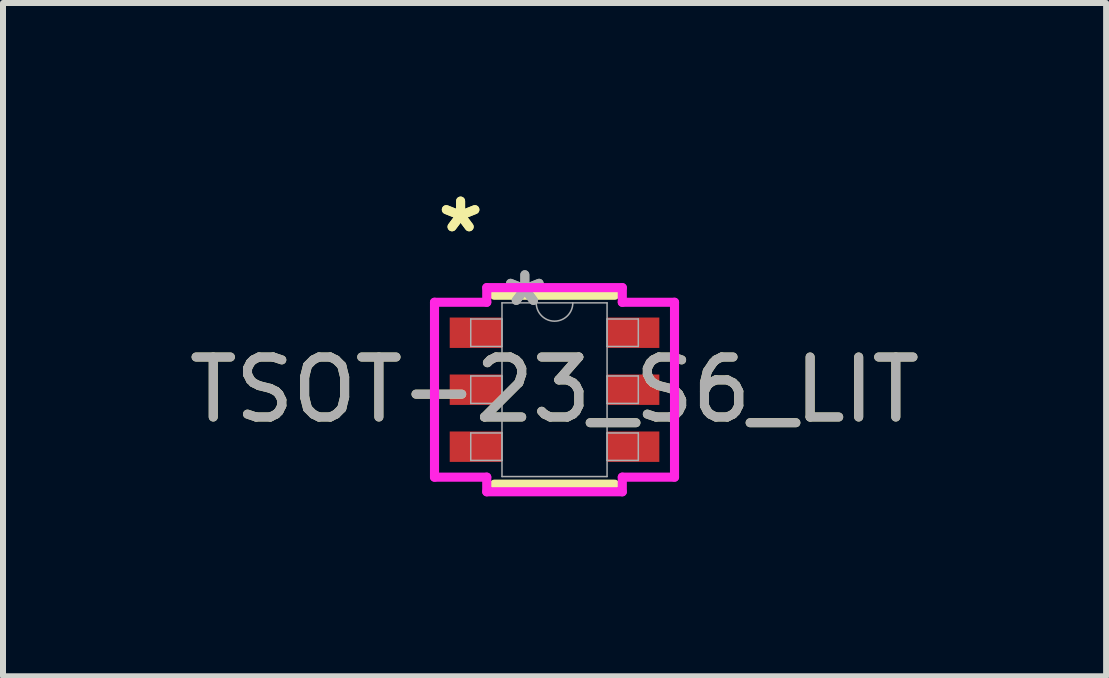
<source format=kicad_pcb>
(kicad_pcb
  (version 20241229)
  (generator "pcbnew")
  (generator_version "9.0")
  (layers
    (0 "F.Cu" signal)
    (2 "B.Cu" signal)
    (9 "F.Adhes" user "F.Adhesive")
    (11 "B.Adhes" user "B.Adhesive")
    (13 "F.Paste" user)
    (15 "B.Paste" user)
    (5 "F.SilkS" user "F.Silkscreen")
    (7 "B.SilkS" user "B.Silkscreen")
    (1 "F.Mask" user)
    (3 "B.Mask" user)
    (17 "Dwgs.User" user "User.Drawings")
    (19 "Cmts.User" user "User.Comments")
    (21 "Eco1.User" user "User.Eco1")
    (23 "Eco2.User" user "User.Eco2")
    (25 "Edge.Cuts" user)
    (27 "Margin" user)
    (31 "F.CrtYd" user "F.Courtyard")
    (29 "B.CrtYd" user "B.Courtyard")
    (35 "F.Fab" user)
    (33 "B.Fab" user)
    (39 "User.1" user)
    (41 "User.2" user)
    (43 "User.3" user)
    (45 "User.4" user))
  (footprint "TSOT-23_S6_LIT"
    (layer "F.Cu")
    (at 6.196 3.448)
    (property "Reference" "TSOT-23_S6_LIT" (at 0 0 0) (unlocked yes) (layer "F.SilkS") (effects (font (size 1 1) (thickness 0.15))))
    (attr smd)
    (fp_line (start -1.003 1.575) (end 1.003 1.575) (stroke (width 0.152) (type solid)) (layer "F.SilkS"))
    (fp_line (start 1.003 -1.575) (end -1.003 -1.575) (stroke (width 0.152) (type solid)) (layer "F.SilkS"))
    (fp_line (start -2.001 -1.458) (end -1.13 -1.458) (stroke (width 0.152) (type solid)) (layer "F.CrtYd"))
    (fp_line (start -2.001 1.458) (end -2.001 -1.458) (stroke (width 0.152) (type solid)) (layer "F.CrtYd"))
    (fp_line (start -2.001 1.458) (end -1.13 1.458) (stroke (width 0.152) (type solid)) (layer "F.CrtYd"))
    (fp_line (start -1.13 -1.702) (end 1.13 -1.702) (stroke (width 0.152) (type solid)) (layer "F.CrtYd"))
    (fp_line (start -1.13 -1.458) (end -1.13 -1.702) (stroke (width 0.152) (type solid)) (layer "F.CrtYd"))
    (fp_line (start -1.13 1.702) (end -1.13 1.458) (stroke (width 0.152) (type solid)) (layer "F.CrtYd"))
    (fp_line (start 1.13 -1.702) (end 1.13 -1.458) (stroke (width 0.152) (type solid)) (layer "F.CrtYd"))
    (fp_line (start 1.13 1.458) (end 1.13 1.702) (stroke (width 0.152) (type solid)) (layer "F.CrtYd"))
    (fp_line (start 1.13 1.702) (end -1.13 1.702) (stroke (width 0.152) (type solid)) (layer "F.CrtYd"))
    (fp_line (start 2.001 -1.458) (end 1.13 -1.458) (stroke (width 0.152) (type solid)) (layer "F.CrtYd"))
    (fp_line (start 2.001 -1.458) (end 2.001 1.458) (stroke (width 0.152) (type solid)) (layer "F.CrtYd"))
    (fp_line (start 2.001 1.458) (end 1.13 1.458) (stroke (width 0.152) (type solid)) (layer "F.CrtYd"))
    (fp_line (start -1.397 -1.179) (end -1.397 -0.721) (stroke (width 0.025) (type solid)) (layer "F.Fab"))
    (fp_line (start -1.397 -0.721) (end -0.876 -0.721) (stroke (width 0.025) (type solid)) (layer "F.Fab"))
    (fp_line (start -1.397 -0.229) (end -1.397 0.229) (stroke (width 0.025) (type solid)) (layer "F.Fab"))
    (fp_line (start -1.397 0.229) (end -0.876 0.229) (stroke (width 0.025) (type solid)) (layer "F.Fab"))
    (fp_line (start -1.397 0.721) (end -1.397 1.179) (stroke (width 0.025) (type solid)) (layer "F.Fab"))
    (fp_line (start -1.397 1.179) (end -0.876 1.179) (stroke (width 0.025) (type solid)) (layer "F.Fab"))
    (fp_line (start -0.876 -1.448) (end -0.876 1.448) (stroke (width 0.025) (type solid)) (layer "F.Fab"))
    (fp_line (start -0.876 -1.179) (end -1.397 -1.179) (stroke (width 0.025) (type solid)) (layer "F.Fab"))
    (fp_line (start -0.876 -0.721) (end -0.876 -1.179) (stroke (width 0.025) (type solid)) (layer "F.Fab"))
    (fp_line (start -0.876 -0.229) (end -1.397 -0.229) (stroke (width 0.025) (type solid)) (layer "F.Fab"))
    (fp_line (start -0.876 0.229) (end -0.876 -0.229) (stroke (width 0.025) (type solid)) (layer "F.Fab"))
    (fp_line (start -0.876 0.721) (end -1.397 0.721) (stroke (width 0.025) (type solid)) (layer "F.Fab"))
    (fp_line (start -0.876 1.179) (end -0.876 0.721) (stroke (width 0.025) (type solid)) (layer "F.Fab"))
    (fp_line (start -0.876 1.448) (end 0.876 1.448) (stroke (width 0.025) (type solid)) (layer "F.Fab"))
    (fp_line (start 0.876 -1.448) (end -0.876 -1.448) (stroke (width 0.025) (type solid)) (layer "F.Fab"))
    (fp_line (start 0.876 -1.179) (end 0.876 -0.721) (stroke (width 0.025) (type solid)) (layer "F.Fab"))
    (fp_line (start 0.876 -0.721) (end 1.397 -0.721) (stroke (width 0.025) (type solid)) (layer "F.Fab"))
    (fp_line (start 0.876 -0.229) (end 0.876 0.229) (stroke (width 0.025) (type solid)) (layer "F.Fab"))
    (fp_line (start 0.876 0.229) (end 1.397 0.229) (stroke (width 0.025) (type solid)) (layer "F.Fab"))
    (fp_line (start 0.876 0.721) (end 0.876 1.179) (stroke (width 0.025) (type solid)) (layer "F.Fab"))
    (fp_line (start 0.876 1.179) (end 1.397 1.179) (stroke (width 0.025) (type solid)) (layer "F.Fab"))
    (fp_line (start 0.876 1.448) (end 0.876 -1.448) (stroke (width 0.025) (type solid)) (layer "F.Fab"))
    (fp_line (start 1.397 -1.179) (end 0.876 -1.179) (stroke (width 0.025) (type solid)) (layer "F.Fab"))
    (fp_line (start 1.397 -0.721) (end 1.397 -1.179) (stroke (width 0.025) (type solid)) (layer "F.Fab"))
    (fp_line (start 1.397 -0.229) (end 0.876 -0.229) (stroke (width 0.025) (type solid)) (layer "F.Fab"))
    (fp_line (start 1.397 0.229) (end 1.397 -0.229) (stroke (width 0.025) (type solid)) (layer "F.Fab"))
    (fp_line (start 1.397 0.721) (end 0.876 0.721) (stroke (width 0.025) (type solid)) (layer "F.Fab"))
    (fp_line (start 1.397 1.179) (end 1.397 0.721) (stroke (width 0.025) (type solid)) (layer "F.Fab"))
    (fp_arc (start 0.3048 -1.4478) (mid 0 -1.143) (end -0.3048 -1.4478) (stroke (width 0.0254) (type solid)) (layer "F.Fab"))
    (fp_text user "*" (at -1.566 -2.6 0) (unlocked yes) (layer "F.SilkS") (effects (font (size 1 1) (thickness 0.15))))
    (fp_text user "*" (at -1.566 -2.6 0) (layer "F.SilkS") (effects (font (size 1 1) (thickness 0.15))))
    (fp_text user "${REFERENCE}" (at 0 0 0) (unlocked yes) (layer "F.Fab") (effects (font (size 1 1) (thickness 0.15))))
    (fp_text user "*" (at -0.495 -1.372 0) (unlocked yes) (layer "F.Fab") (effects (font (size 1 1) (thickness 0.15))))
    (fp_text user "*" (at -0.495 -1.372 0) (layer "F.Fab") (effects (font (size 1 1) (thickness 0.15))))
    (pad "1" smd rect (at -1.312 -0.95) (size 0.871 0.507) (layers "F.Cu" "F.Mask" "F.Paste"))
    (pad "2" smd rect (at -1.312 0) (size 0.871 0.507) (layers "F.Cu" "F.Mask" "F.Paste"))
    (pad "3" smd rect (at -1.312 0.95) (size 0.871 0.507) (layers "F.Cu" "F.Mask" "F.Paste"))
    (pad "4" smd rect (at 1.312 0.95) (size 0.871 0.507) (layers "F.Cu" "F.Mask" "F.Paste"))
    (pad "5" smd rect (at 1.312 0) (size 0.871 0.507) (layers "F.Cu" "F.Mask" "F.Paste"))
    (pad "6" smd rect (at 1.312 -0.95) (size 0.871 0.507) (layers "F.Cu" "F.Mask" "F.Paste")))
  (gr_rect
    (start -3 -3)
    (end 15.393 8.226)
    (stroke (width 0.1) (type default))
    (fill no)
    (layer "Edge.Cuts")))
</source>
